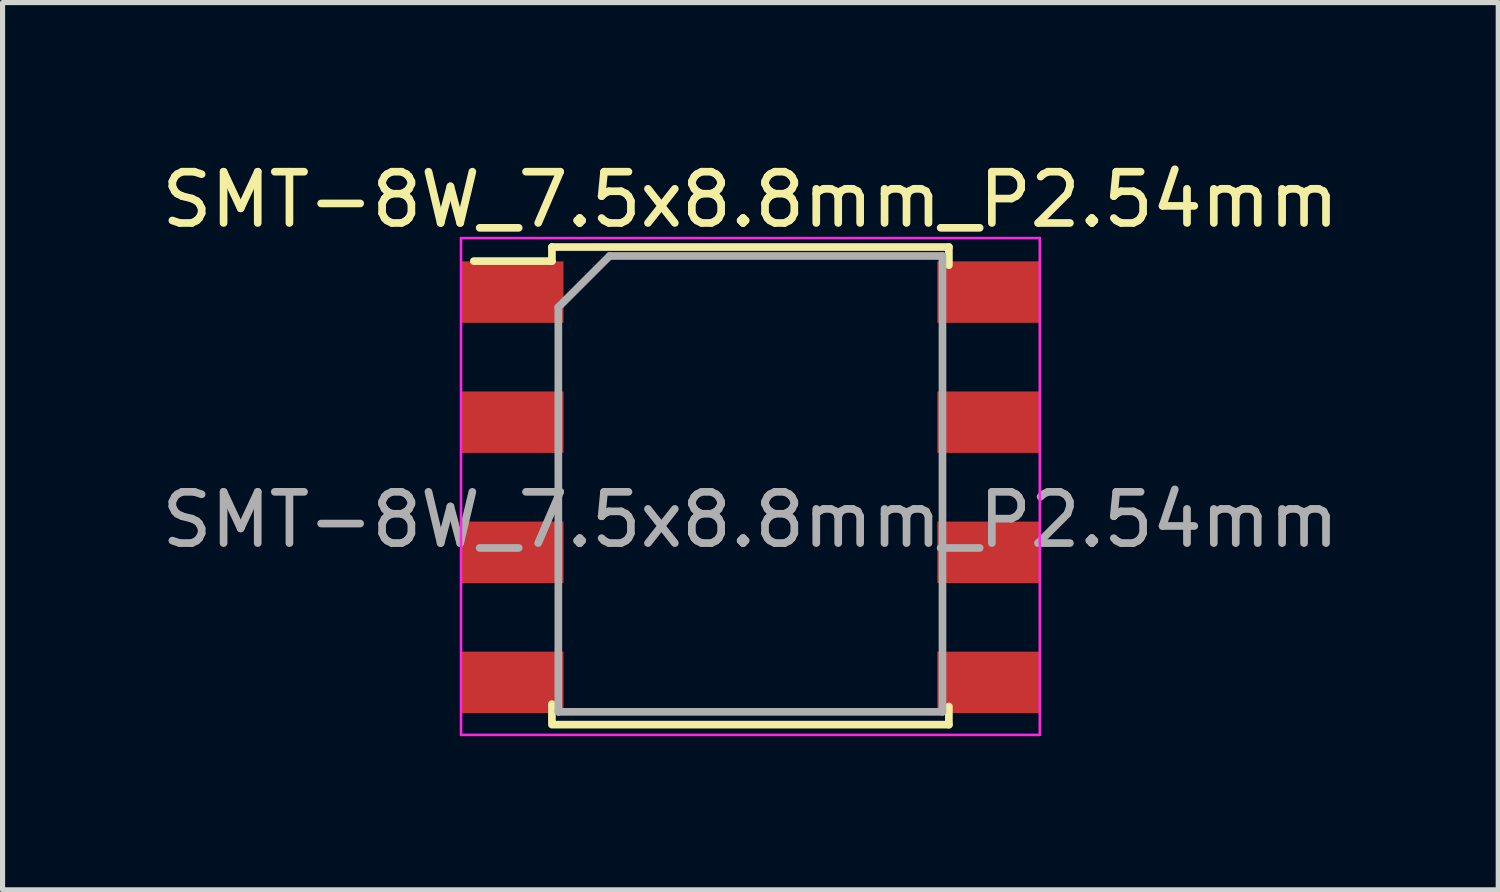
<source format=kicad_pcb>
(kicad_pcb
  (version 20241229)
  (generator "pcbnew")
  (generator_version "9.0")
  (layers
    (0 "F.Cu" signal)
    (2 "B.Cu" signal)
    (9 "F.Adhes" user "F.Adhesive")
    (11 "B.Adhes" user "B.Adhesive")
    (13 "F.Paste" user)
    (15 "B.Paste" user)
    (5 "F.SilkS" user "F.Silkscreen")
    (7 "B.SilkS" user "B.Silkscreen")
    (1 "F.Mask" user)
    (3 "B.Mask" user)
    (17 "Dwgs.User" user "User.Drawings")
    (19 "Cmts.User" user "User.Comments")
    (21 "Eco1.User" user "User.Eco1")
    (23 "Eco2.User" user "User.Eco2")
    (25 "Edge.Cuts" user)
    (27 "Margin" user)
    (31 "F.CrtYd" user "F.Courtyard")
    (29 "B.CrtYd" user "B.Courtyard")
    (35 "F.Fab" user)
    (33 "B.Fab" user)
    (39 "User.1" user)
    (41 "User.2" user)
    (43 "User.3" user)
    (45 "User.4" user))
  (footprint "SMT-8W_7.5x8.8mm_P2.54mm"
    (layer "F.Cu")
    (at 11.601 7.098)
    (property "Reference" "SMT-8W_7.5x8.8mm_P2.54mm" (at 0 -6.25 0) (layer "F.SilkS") (effects (font (size 1 1) (thickness 0.15))))
    (attr smd)
    (fp_line (start -3.875 -5.325) (end -3.875 -5.05) (stroke (width 0.15) (type solid)) (layer "F.SilkS"))
    (fp_line (start -3.875 -5.325) (end 3.875 -5.325) (stroke (width 0.15) (type solid)) (layer "F.SilkS"))
    (fp_line (start -3.875 -5.05) (end -5.4 -5.05) (stroke (width 0.15) (type solid)) (layer "F.SilkS"))
    (fp_line (start -3.875 3.955) (end -3.875 3.6) (stroke (width 0.15) (type solid)) (layer "F.SilkS"))
    (fp_line (start -3.875 4) (end 3.875 4) (stroke (width 0.15) (type solid)) (layer "F.SilkS"))
    (fp_line (start 3.875 -5.325) (end 3.875 -4.97) (stroke (width 0.15) (type solid)) (layer "F.SilkS"))
    (fp_line (start 3.875 4) (end 3.875 3.645) (stroke (width 0.15) (type solid)) (layer "F.SilkS"))
    (fp_line (start -5.65 -5.5) (end -5.65 4.2) (stroke (width 0.05) (type solid)) (layer "F.CrtYd"))
    (fp_line (start -5.65 -5.5) (end 5.65 -5.5) (stroke (width 0.05) (type solid)) (layer "F.CrtYd"))
    (fp_line (start -5.65 4.2) (end 5.65 4.2) (stroke (width 0.05) (type solid)) (layer "F.CrtYd"))
    (fp_line (start 5.65 -5.5) (end 5.65 4.2) (stroke (width 0.05) (type solid)) (layer "F.CrtYd"))
    (fp_line (start -3.75 -4.15) (end -2.75 -5.15) (stroke (width 0.15) (type solid)) (layer "F.Fab"))
    (fp_line (start -3.75 3.75) (end -3.75 -4.15) (stroke (width 0.15) (type solid)) (layer "F.Fab"))
    (fp_line (start -2.75 -5.15) (end 3.75 -5.15) (stroke (width 0.15) (type solid)) (layer "F.Fab"))
    (fp_line (start 3.75 -5.15) (end 3.75 3.75) (stroke (width 0.15) (type solid)) (layer "F.Fab"))
    (fp_line (start 3.75 3.75) (end -3.75 3.75) (stroke (width 0.15) (type solid)) (layer "F.Fab"))
    (fp_text user "${REFERENCE}" (at 0 0 0) (layer "F.Fab") (effects (font (size 1 1) (thickness 0.15))))
    (pad "1" smd rect (at -4.65 -4.445) (size 2 1.2) (layers "F.Cu" "F.Mask" "F.Paste"))
    (pad "2" smd rect (at -4.65 -1.905) (size 2 1.2) (layers "F.Cu" "F.Mask" "F.Paste"))
    (pad "3" smd rect (at -4.65 0.635) (size 2 1.2) (layers "F.Cu" "F.Mask" "F.Paste"))
    (pad "4" smd rect (at -4.65 3.175) (size 2 1.2) (layers "F.Cu" "F.Mask" "F.Paste"))
    (pad "5" smd rect (at 4.65 3.175) (size 2 1.2) (layers "F.Cu" "F.Mask" "F.Paste"))
    (pad "6" smd rect (at 4.65 0.635) (size 2 1.2) (layers "F.Cu" "F.Mask" "F.Paste"))
    (pad "7" smd rect (at 4.65 -1.905) (size 2 1.2) (layers "F.Cu" "F.Mask" "F.Paste"))
    (pad "8" smd rect (at 4.65 -4.445) (size 2 1.2) (layers "F.Cu" "F.Mask" "F.Paste")))
  (gr_rect
    (start -3 -3)
    (end 26.202 14.323)
    (stroke (width 0.1) (type default))
    (fill no)
    (layer "Edge.Cuts")))
</source>
